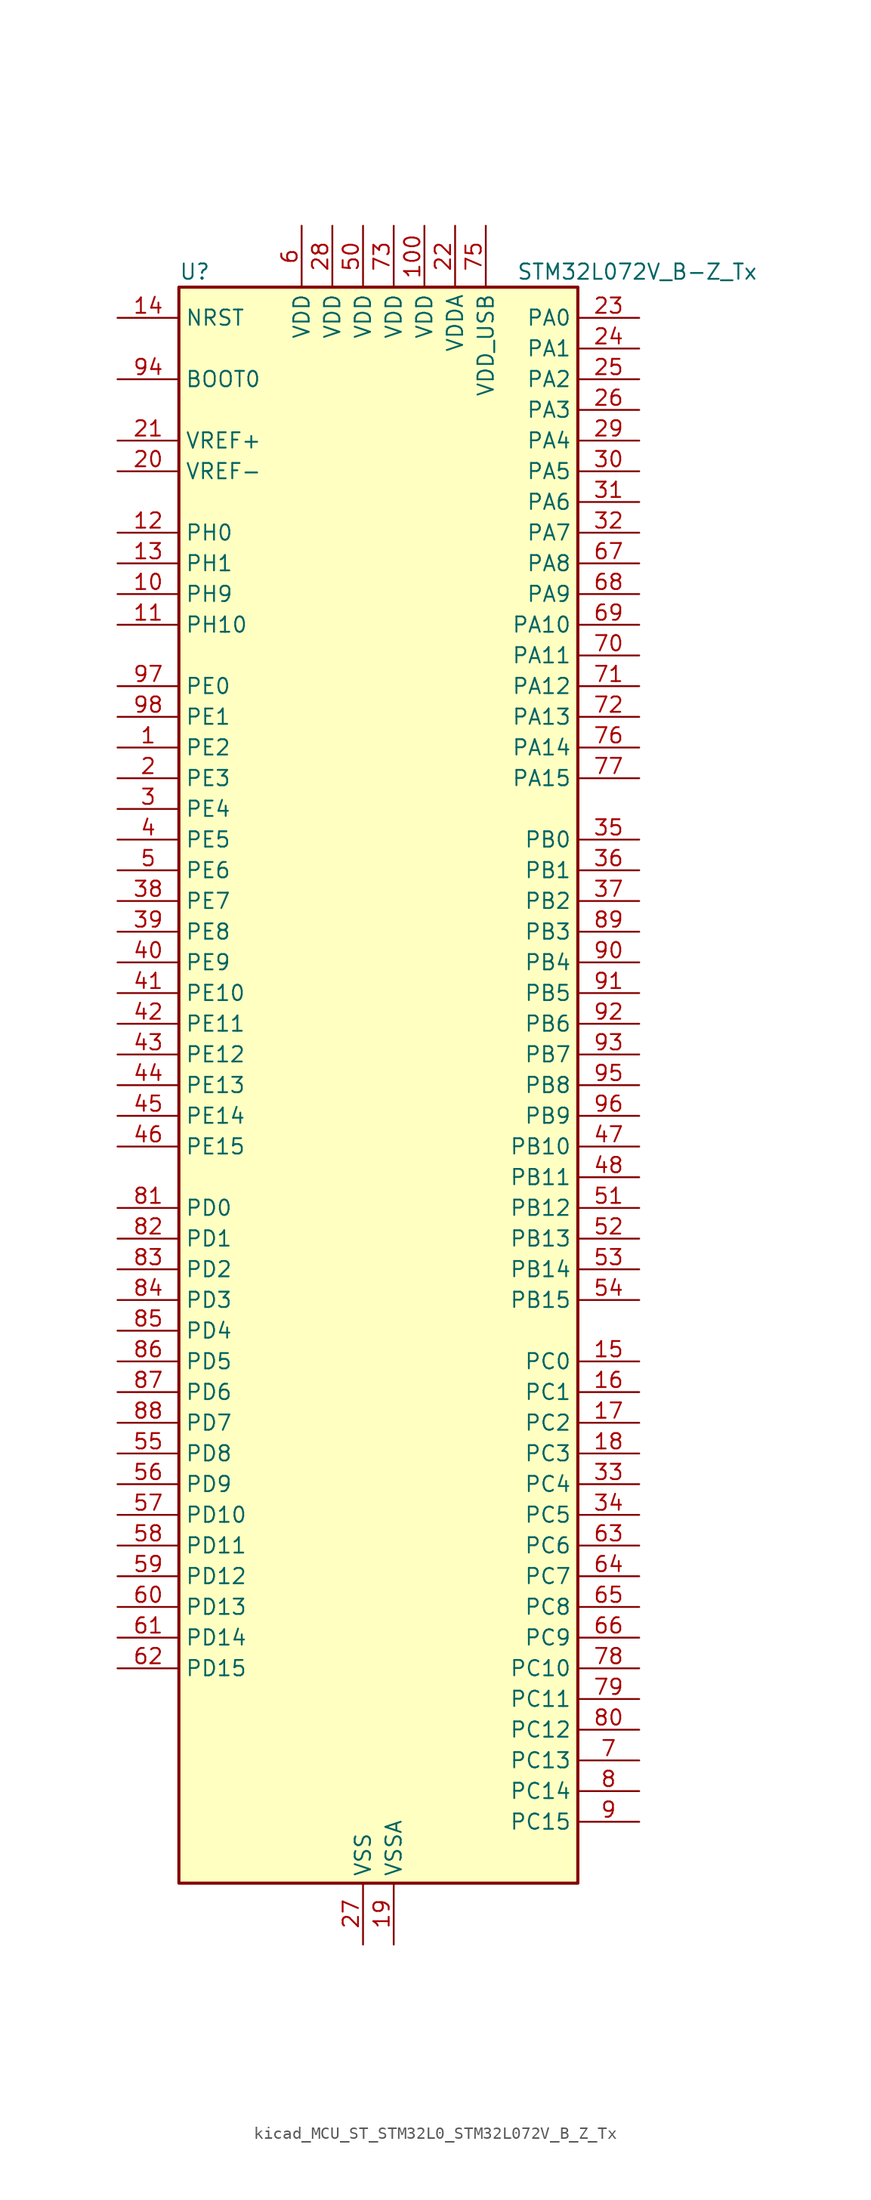
<source format=kicad_sym>
(kicad_symbol_lib
  (version 20220914)
  (generator kicad_symbol_editor)
  (symbol "kicad_MCU_ST_STM32L0_STM32L072V_B_Z_Tx"
    (property "Reference" "U"
      (at -15.24 67.31 0)
      (effects (font (size 1.27 1.27)) (justify left)))
    (property "Value" "STM32L072V_B-Z_Tx"
      (at 12.7 67.31 0)
      (effects (font (size 1.27 1.27)) (justify left)))
    (property "ki_locked" ""
      (at 0 0 0)
      (effects (font (size 1.27 1.27))))
    (symbol "kicad_MCU_ST_STM32L0_STM32L072V_B_Z_Tx_0_1"
      (rectangle (start -15.24 -66.04) (end 17.78 66.04) (stroke (width 0.254) (type default)) (fill (type background))))
    (symbol "kicad_MCU_ST_STM32L0_STM32L072V_B_Z_Tx_1_1"
      (pin bidirectional line (at -20.32 27.94 0) (length 5.08) (name "PE2" (effects (font (size 1.27 1.27)))) (number "1" (effects (font (size 1.27 1.27)))) (alternate "TIM3_ETR" bidirectional line))
      (pin bidirectional line (at -20.32 40.64 0) (length 5.08) (name "PH9" (effects (font (size 1.27 1.27)))) (number "10" (effects (font (size 1.27 1.27)))) (alternate "DAC_EXTI9" bidirectional line))
      (pin power_in line (at 5.08 71.12 270) (length 5.08) (name "VDD" (effects (font (size 1.27 1.27)))) (number "100" (effects (font (size 1.27 1.27)))))
      (pin bidirectional line (at -20.32 38.1 0) (length 5.08) (name "PH10" (effects (font (size 1.27 1.27)))) (number "11" (effects (font (size 1.27 1.27)))))
      (pin bidirectional line (at -20.32 45.72 0) (length 5.08) (name "PH0" (effects (font (size 1.27 1.27)))) (number "12" (effects (font (size 1.27 1.27)))) (alternate "CRS_SYNC" bidirectional line) (alternate "RCC_OSC_IN" bidirectional line))
      (pin bidirectional line (at -20.32 43.18 0) (length 5.08) (name "PH1" (effects (font (size 1.27 1.27)))) (number "13" (effects (font (size 1.27 1.27)))) (alternate "RCC_OSC_OUT" bidirectional line))
      (pin input line (at -20.32 63.5 0) (length 5.08) (name "NRST" (effects (font (size 1.27 1.27)))) (number "14" (effects (font (size 1.27 1.27)))))
      (pin bidirectional line (at 22.86 -22.86 180) (length 5.08) (name "PC0" (effects (font (size 1.27 1.27)))) (number "15" (effects (font (size 1.27 1.27)))) (alternate "ADC_IN10" bidirectional line) (alternate "I2C3_SCL" bidirectional line) (alternate "LPTIM1_IN1" bidirectional line) (alternate "LPUART1_RX" bidirectional line) (alternate "TSC_G7_IO1" bidirectional line))
      (pin bidirectional line (at 22.86 -25.4 180) (length 5.08) (name "PC1" (effects (font (size 1.27 1.27)))) (number "16" (effects (font (size 1.27 1.27)))) (alternate "ADC_IN11" bidirectional line) (alternate "I2C3_SDA" bidirectional line) (alternate "LPTIM1_OUT" bidirectional line) (alternate "LPUART1_TX" bidirectional line) (alternate "TSC_G7_IO2" bidirectional line))
      (pin bidirectional line (at 22.86 -27.94 180) (length 5.08) (name "PC2" (effects (font (size 1.27 1.27)))) (number "17" (effects (font (size 1.27 1.27)))) (alternate "ADC_IN12" bidirectional line) (alternate "I2S2_MCK" bidirectional line) (alternate "LPTIM1_IN2" bidirectional line) (alternate "SPI2_MISO" bidirectional line) (alternate "TSC_G7_IO3" bidirectional line))
      (pin bidirectional line (at 22.86 -30.48 180) (length 5.08) (name "PC3" (effects (font (size 1.27 1.27)))) (number "18" (effects (font (size 1.27 1.27)))) (alternate "ADC_IN13" bidirectional line) (alternate "I2S2_SD" bidirectional line) (alternate "LPTIM1_ETR" bidirectional line) (alternate "SPI2_MOSI" bidirectional line) (alternate "TSC_G7_IO4" bidirectional line))
      (pin power_in line (at 2.54 -71.12 90) (length 5.08) (name "VSSA" (effects (font (size 1.27 1.27)))) (number "19" (effects (font (size 1.27 1.27)))))
      (pin bidirectional line (at -20.32 25.4 0) (length 5.08) (name "PE3" (effects (font (size 1.27 1.27)))) (number "2" (effects (font (size 1.27 1.27)))) (alternate "TIM22_CH1" bidirectional line) (alternate "TIM3_CH1" bidirectional line))
      (pin input line (at -20.32 50.8 0) (length 5.08) (name "VREF-" (effects (font (size 1.27 1.27)))) (number "20" (effects (font (size 1.27 1.27)))))
      (pin input line (at -20.32 53.34 0) (length 5.08) (name "VREF+" (effects (font (size 1.27 1.27)))) (number "21" (effects (font (size 1.27 1.27)))))
      (pin power_in line (at 7.62 71.12 270) (length 5.08) (name "VDDA" (effects (font (size 1.27 1.27)))) (number "22" (effects (font (size 1.27 1.27)))))
      (pin bidirectional line (at 22.86 63.5 180) (length 5.08) (name "PA0" (effects (font (size 1.27 1.27)))) (number "23" (effects (font (size 1.27 1.27)))) (alternate "ADC_IN0" bidirectional line) (alternate "COMP1_INM" bidirectional line) (alternate "COMP1_OUT" bidirectional line) (alternate "RTC_TAMP2" bidirectional line) (alternate "SYS_WKUP1" bidirectional line) (alternate "TIM2_CH1" bidirectional line) (alternate "TIM2_ETR" bidirectional line) (alternate "TSC_G1_IO1" bidirectional line) (alternate "USART2_CTS" bidirectional line) (alternate "USART4_TX" bidirectional line))
      (pin bidirectional line (at 22.86 60.96 180) (length 5.08) (name "PA1" (effects (font (size 1.27 1.27)))) (number "24" (effects (font (size 1.27 1.27)))) (alternate "ADC_IN1" bidirectional line) (alternate "COMP1_INP" bidirectional line) (alternate "TIM21_ETR" bidirectional line) (alternate "TIM2_CH2" bidirectional line) (alternate "TSC_G1_IO2" bidirectional line) (alternate "USART2_DE" bidirectional line) (alternate "USART2_RTS" bidirectional line) (alternate "USART4_RX" bidirectional line))
      (pin bidirectional line (at 22.86 58.42 180) (length 5.08) (name "PA2" (effects (font (size 1.27 1.27)))) (number "25" (effects (font (size 1.27 1.27)))) (alternate "ADC_IN2" bidirectional line) (alternate "COMP2_INM" bidirectional line) (alternate "COMP2_OUT" bidirectional line) (alternate "LPUART1_TX" bidirectional line) (alternate "TIM21_CH1" bidirectional line) (alternate "TIM2_CH3" bidirectional line) (alternate "TSC_G1_IO3" bidirectional line) (alternate "USART2_TX" bidirectional line))
      (pin bidirectional line (at 22.86 55.88 180) (length 5.08) (name "PA3" (effects (font (size 1.27 1.27)))) (number "26" (effects (font (size 1.27 1.27)))) (alternate "ADC_IN3" bidirectional line) (alternate "COMP2_INP" bidirectional line) (alternate "LPUART1_RX" bidirectional line) (alternate "TIM21_CH2" bidirectional line) (alternate "TIM2_CH4" bidirectional line) (alternate "TSC_G1_IO4" bidirectional line) (alternate "USART2_RX" bidirectional line))
      (pin power_in line (at 0 -71.12 90) (length 5.08) (name "VSS" (effects (font (size 1.27 1.27)))) (number "27" (effects (font (size 1.27 1.27)))))
      (pin power_in line (at -2.54 71.12 270) (length 5.08) (name "VDD" (effects (font (size 1.27 1.27)))) (number "28" (effects (font (size 1.27 1.27)))))
      (pin bidirectional line (at 22.86 53.34 180) (length 5.08) (name "PA4" (effects (font (size 1.27 1.27)))) (number "29" (effects (font (size 1.27 1.27)))) (alternate "ADC_IN4" bidirectional line) (alternate "COMP1_INM" bidirectional line) (alternate "COMP2_INM" bidirectional line) (alternate "DAC_OUT1" bidirectional line) (alternate "SPI1_NSS" bidirectional line) (alternate "TIM22_ETR" bidirectional line) (alternate "TSC_G2_IO1" bidirectional line) (alternate "USART2_CK" bidirectional line))
      (pin bidirectional line (at -20.32 22.86 0) (length 5.08) (name "PE4" (effects (font (size 1.27 1.27)))) (number "3" (effects (font (size 1.27 1.27)))) (alternate "TIM22_CH2" bidirectional line) (alternate "TIM3_CH2" bidirectional line))
      (pin bidirectional line (at 22.86 50.8 180) (length 5.08) (name "PA5" (effects (font (size 1.27 1.27)))) (number "30" (effects (font (size 1.27 1.27)))) (alternate "ADC_IN5" bidirectional line) (alternate "COMP1_INM" bidirectional line) (alternate "COMP2_INM" bidirectional line) (alternate "DAC_OUT2" bidirectional line) (alternate "SPI1_SCK" bidirectional line) (alternate "TIM2_CH1" bidirectional line) (alternate "TIM2_ETR" bidirectional line) (alternate "TSC_G2_IO2" bidirectional line))
      (pin bidirectional line (at 22.86 48.26 180) (length 5.08) (name "PA6" (effects (font (size 1.27 1.27)))) (number "31" (effects (font (size 1.27 1.27)))) (alternate "ADC_IN6" bidirectional line) (alternate "COMP1_OUT" bidirectional line) (alternate "LPUART1_CTS" bidirectional line) (alternate "SPI1_MISO" bidirectional line) (alternate "TIM22_CH1" bidirectional line) (alternate "TIM3_CH1" bidirectional line) (alternate "TSC_G2_IO3" bidirectional line))
      (pin bidirectional line (at 22.86 45.72 180) (length 5.08) (name "PA7" (effects (font (size 1.27 1.27)))) (number "32" (effects (font (size 1.27 1.27)))) (alternate "ADC_IN7" bidirectional line) (alternate "COMP2_OUT" bidirectional line) (alternate "SPI1_MOSI" bidirectional line) (alternate "TIM22_CH2" bidirectional line) (alternate "TIM3_CH2" bidirectional line) (alternate "TSC_G2_IO4" bidirectional line))
      (pin bidirectional line (at 22.86 -33.02 180) (length 5.08) (name "PC4" (effects (font (size 1.27 1.27)))) (number "33" (effects (font (size 1.27 1.27)))) (alternate "ADC_IN14" bidirectional line) (alternate "LPUART1_TX" bidirectional line))
      (pin bidirectional line (at 22.86 -35.56 180) (length 5.08) (name "PC5" (effects (font (size 1.27 1.27)))) (number "34" (effects (font (size 1.27 1.27)))) (alternate "ADC_IN15" bidirectional line) (alternate "LPUART1_RX" bidirectional line) (alternate "TSC_G3_IO1" bidirectional line))
      (pin bidirectional line (at 22.86 20.32 180) (length 5.08) (name "PB0" (effects (font (size 1.27 1.27)))) (number "35" (effects (font (size 1.27 1.27)))) (alternate "ADC_IN8" bidirectional line) (alternate "SYS_VREF_OUT_PB0" bidirectional line) (alternate "TIM3_CH3" bidirectional line) (alternate "TSC_G3_IO2" bidirectional line))
      (pin bidirectional line (at 22.86 17.78 180) (length 5.08) (name "PB1" (effects (font (size 1.27 1.27)))) (number "36" (effects (font (size 1.27 1.27)))) (alternate "ADC_IN9" bidirectional line) (alternate "LPUART1_DE" bidirectional line) (alternate "LPUART1_RTS" bidirectional line) (alternate "SYS_VREF_OUT_PB1" bidirectional line) (alternate "TIM3_CH4" bidirectional line) (alternate "TSC_G3_IO3" bidirectional line))
      (pin bidirectional line (at 22.86 15.24 180) (length 5.08) (name "PB2" (effects (font (size 1.27 1.27)))) (number "37" (effects (font (size 1.27 1.27)))) (alternate "I2C3_SMBA" bidirectional line) (alternate "LPTIM1_OUT" bidirectional line) (alternate "TSC_G3_IO4" bidirectional line))
      (pin bidirectional line (at -20.32 15.24 0) (length 5.08) (name "PE7" (effects (font (size 1.27 1.27)))) (number "38" (effects (font (size 1.27 1.27)))) (alternate "USART5_CK" bidirectional line) (alternate "USART5_DE" bidirectional line) (alternate "USART5_RTS" bidirectional line))
      (pin bidirectional line (at -20.32 12.7 0) (length 5.08) (name "PE8" (effects (font (size 1.27 1.27)))) (number "39" (effects (font (size 1.27 1.27)))) (alternate "USART4_TX" bidirectional line))
      (pin bidirectional line (at -20.32 20.32 0) (length 5.08) (name "PE5" (effects (font (size 1.27 1.27)))) (number "4" (effects (font (size 1.27 1.27)))) (alternate "TIM21_CH1" bidirectional line) (alternate "TIM3_CH3" bidirectional line))
      (pin bidirectional line (at -20.32 10.16 0) (length 5.08) (name "PE9" (effects (font (size 1.27 1.27)))) (number "40" (effects (font (size 1.27 1.27)))) (alternate "DAC_EXTI9" bidirectional line) (alternate "TIM2_CH1" bidirectional line) (alternate "TIM2_ETR" bidirectional line) (alternate "USART4_RX" bidirectional line))
      (pin bidirectional line (at -20.32 7.62 0) (length 5.08) (name "PE10" (effects (font (size 1.27 1.27)))) (number "41" (effects (font (size 1.27 1.27)))) (alternate "TIM2_CH2" bidirectional line) (alternate "USART5_TX" bidirectional line))
      (pin bidirectional line (at -20.32 5.08 0) (length 5.08) (name "PE11" (effects (font (size 1.27 1.27)))) (number "42" (effects (font (size 1.27 1.27)))) (alternate "ADC_EXTI11" bidirectional line) (alternate "TIM2_CH3" bidirectional line) (alternate "USART5_RX" bidirectional line))
      (pin bidirectional line (at -20.32 2.54 0) (length 5.08) (name "PE12" (effects (font (size 1.27 1.27)))) (number "43" (effects (font (size 1.27 1.27)))) (alternate "SPI1_NSS" bidirectional line) (alternate "TIM2_CH4" bidirectional line))
      (pin bidirectional line (at -20.32 0 0) (length 5.08) (name "PE13" (effects (font (size 1.27 1.27)))) (number "44" (effects (font (size 1.27 1.27)))) (alternate "SPI1_SCK" bidirectional line))
      (pin bidirectional line (at -20.32 -2.54 0) (length 5.08) (name "PE14" (effects (font (size 1.27 1.27)))) (number "45" (effects (font (size 1.27 1.27)))) (alternate "SPI1_MISO" bidirectional line))
      (pin bidirectional line (at -20.32 -5.08 0) (length 5.08) (name "PE15" (effects (font (size 1.27 1.27)))) (number "46" (effects (font (size 1.27 1.27)))) (alternate "SPI1_MOSI" bidirectional line))
      (pin bidirectional line (at 22.86 -5.08 180) (length 5.08) (name "PB10" (effects (font (size 1.27 1.27)))) (number "47" (effects (font (size 1.27 1.27)))) (alternate "I2C2_SCL" bidirectional line) (alternate "LPUART1_RX" bidirectional line) (alternate "LPUART1_TX" bidirectional line) (alternate "SPI2_SCK" bidirectional line) (alternate "TIM2_CH3" bidirectional line) (alternate "TSC_SYNC" bidirectional line))
      (pin bidirectional line (at 22.86 -7.62 180) (length 5.08) (name "PB11" (effects (font (size 1.27 1.27)))) (number "48" (effects (font (size 1.27 1.27)))) (alternate "ADC_EXTI11" bidirectional line) (alternate "I2C2_SDA" bidirectional line) (alternate "LPUART1_RX" bidirectional line) (alternate "LPUART1_TX" bidirectional line) (alternate "TIM2_CH4" bidirectional line) (alternate "TSC_G6_IO1" bidirectional line))
      (pin passive line (at 0 -71.12 90) (length 5.08) hide (name "VSS" (effects (font (size 1.27 1.27)))) (number "49" (effects (font (size 1.27 1.27)))))
      (pin bidirectional line (at -20.32 17.78 0) (length 5.08) (name "PE6" (effects (font (size 1.27 1.27)))) (number "5" (effects (font (size 1.27 1.27)))) (alternate "RTC_TAMP3" bidirectional line) (alternate "SYS_WKUP3" bidirectional line) (alternate "TIM21_CH2" bidirectional line) (alternate "TIM3_CH4" bidirectional line))
      (pin power_in line (at 0 71.12 270) (length 5.08) (name "VDD" (effects (font (size 1.27 1.27)))) (number "50" (effects (font (size 1.27 1.27)))))
      (pin bidirectional line (at 22.86 -10.16 180) (length 5.08) (name "PB12" (effects (font (size 1.27 1.27)))) (number "51" (effects (font (size 1.27 1.27)))) (alternate "I2S2_WS" bidirectional line) (alternate "LPUART1_DE" bidirectional line) (alternate "LPUART1_RTS" bidirectional line) (alternate "SPI2_NSS" bidirectional line) (alternate "TSC_G6_IO2" bidirectional line))
      (pin bidirectional line (at 22.86 -12.7 180) (length 5.08) (name "PB13" (effects (font (size 1.27 1.27)))) (number "52" (effects (font (size 1.27 1.27)))) (alternate "I2C2_SCL" bidirectional line) (alternate "I2S2_CK" bidirectional line) (alternate "LPUART1_CTS" bidirectional line) (alternate "RCC_MCO" bidirectional line) (alternate "SPI2_SCK" bidirectional line) (alternate "TIM21_CH1" bidirectional line) (alternate "TSC_G6_IO3" bidirectional line))
      (pin bidirectional line (at 22.86 -15.24 180) (length 5.08) (name "PB14" (effects (font (size 1.27 1.27)))) (number "53" (effects (font (size 1.27 1.27)))) (alternate "I2C2_SDA" bidirectional line) (alternate "I2S2_MCK" bidirectional line) (alternate "LPUART1_DE" bidirectional line) (alternate "LPUART1_RTS" bidirectional line) (alternate "RTC_OUT_ALARM" bidirectional line) (alternate "RTC_OUT_CALIB" bidirectional line) (alternate "SPI2_MISO" bidirectional line) (alternate "TIM21_CH2" bidirectional line) (alternate "TSC_G6_IO4" bidirectional line))
      (pin bidirectional line (at 22.86 -17.78 180) (length 5.08) (name "PB15" (effects (font (size 1.27 1.27)))) (number "54" (effects (font (size 1.27 1.27)))) (alternate "I2S2_SD" bidirectional line) (alternate "RTC_REFIN" bidirectional line) (alternate "SPI2_MOSI" bidirectional line))
      (pin bidirectional line (at -20.32 -30.48 0) (length 5.08) (name "PD8" (effects (font (size 1.27 1.27)))) (number "55" (effects (font (size 1.27 1.27)))) (alternate "LPUART1_TX" bidirectional line))
      (pin bidirectional line (at -20.32 -33.02 0) (length 5.08) (name "PD9" (effects (font (size 1.27 1.27)))) (number "56" (effects (font (size 1.27 1.27)))) (alternate "DAC_EXTI9" bidirectional line) (alternate "LPUART1_RX" bidirectional line))
      (pin bidirectional line (at -20.32 -35.56 0) (length 5.08) (name "PD10" (effects (font (size 1.27 1.27)))) (number "57" (effects (font (size 1.27 1.27)))))
      (pin bidirectional line (at -20.32 -38.1 0) (length 5.08) (name "PD11" (effects (font (size 1.27 1.27)))) (number "58" (effects (font (size 1.27 1.27)))) (alternate "ADC_EXTI11" bidirectional line) (alternate "LPUART1_CTS" bidirectional line))
      (pin bidirectional line (at -20.32 -40.64 0) (length 5.08) (name "PD12" (effects (font (size 1.27 1.27)))) (number "59" (effects (font (size 1.27 1.27)))) (alternate "LPUART1_DE" bidirectional line) (alternate "LPUART1_RTS" bidirectional line))
      (pin power_in line (at -5.08 71.12 270) (length 5.08) (name "VDD" (effects (font (size 1.27 1.27)))) (number "6" (effects (font (size 1.27 1.27)))))
      (pin bidirectional line (at -20.32 -43.18 0) (length 5.08) (name "PD13" (effects (font (size 1.27 1.27)))) (number "60" (effects (font (size 1.27 1.27)))))
      (pin bidirectional line (at -20.32 -45.72 0) (length 5.08) (name "PD14" (effects (font (size 1.27 1.27)))) (number "61" (effects (font (size 1.27 1.27)))))
      (pin bidirectional line (at -20.32 -48.26 0) (length 5.08) (name "PD15" (effects (font (size 1.27 1.27)))) (number "62" (effects (font (size 1.27 1.27)))) (alternate "CRS_SYNC" bidirectional line))
      (pin bidirectional line (at 22.86 -38.1 180) (length 5.08) (name "PC6" (effects (font (size 1.27 1.27)))) (number "63" (effects (font (size 1.27 1.27)))) (alternate "TIM22_CH1" bidirectional line) (alternate "TIM3_CH1" bidirectional line) (alternate "TSC_G8_IO1" bidirectional line))
      (pin bidirectional line (at 22.86 -40.64 180) (length 5.08) (name "PC7" (effects (font (size 1.27 1.27)))) (number "64" (effects (font (size 1.27 1.27)))) (alternate "TIM22_CH2" bidirectional line) (alternate "TIM3_CH2" bidirectional line) (alternate "TSC_G8_IO2" bidirectional line))
      (pin bidirectional line (at 22.86 -43.18 180) (length 5.08) (name "PC8" (effects (font (size 1.27 1.27)))) (number "65" (effects (font (size 1.27 1.27)))) (alternate "TIM22_ETR" bidirectional line) (alternate "TIM3_CH3" bidirectional line) (alternate "TSC_G8_IO3" bidirectional line))
      (pin bidirectional line (at 22.86 -45.72 180) (length 5.08) (name "PC9" (effects (font (size 1.27 1.27)))) (number "66" (effects (font (size 1.27 1.27)))) (alternate "DAC_EXTI9" bidirectional line) (alternate "I2C3_SDA" bidirectional line) (alternate "TIM21_ETR" bidirectional line) (alternate "TIM3_CH4" bidirectional line) (alternate "TSC_G8_IO4" bidirectional line) (alternate "USB_NOE" bidirectional line))
      (pin bidirectional line (at 22.86 43.18 180) (length 5.08) (name "PA8" (effects (font (size 1.27 1.27)))) (number "67" (effects (font (size 1.27 1.27)))) (alternate "CRS_SYNC" bidirectional line) (alternate "I2C3_SCL" bidirectional line) (alternate "RCC_MCO" bidirectional line) (alternate "USART1_CK" bidirectional line))
      (pin bidirectional line (at 22.86 40.64 180) (length 5.08) (name "PA9" (effects (font (size 1.27 1.27)))) (number "68" (effects (font (size 1.27 1.27)))) (alternate "DAC_EXTI9" bidirectional line) (alternate "I2C1_SCL" bidirectional line) (alternate "I2C3_SMBA" bidirectional line) (alternate "RCC_MCO" bidirectional line) (alternate "TSC_G4_IO1" bidirectional line) (alternate "USART1_TX" bidirectional line))
      (pin bidirectional line (at 22.86 38.1 180) (length 5.08) (name "PA10" (effects (font (size 1.27 1.27)))) (number "69" (effects (font (size 1.27 1.27)))) (alternate "I2C1_SDA" bidirectional line) (alternate "TSC_G4_IO2" bidirectional line) (alternate "USART1_RX" bidirectional line))
      (pin bidirectional line (at 22.86 -55.88 180) (length 5.08) (name "PC13" (effects (font (size 1.27 1.27)))) (number "7" (effects (font (size 1.27 1.27)))) (alternate "RTC_OUT_ALARM" bidirectional line) (alternate "RTC_OUT_CALIB" bidirectional line) (alternate "RTC_TAMP1" bidirectional line) (alternate "RTC_TS" bidirectional line) (alternate "SYS_WKUP2" bidirectional line))
      (pin bidirectional line (at 22.86 35.56 180) (length 5.08) (name "PA11" (effects (font (size 1.27 1.27)))) (number "70" (effects (font (size 1.27 1.27)))) (alternate "ADC_EXTI11" bidirectional line) (alternate "COMP1_OUT" bidirectional line) (alternate "SPI1_MISO" bidirectional line) (alternate "TSC_G4_IO3" bidirectional line) (alternate "USART1_CTS" bidirectional line) (alternate "USB_DM" bidirectional line))
      (pin bidirectional line (at 22.86 33.02 180) (length 5.08) (name "PA12" (effects (font (size 1.27 1.27)))) (number "71" (effects (font (size 1.27 1.27)))) (alternate "COMP2_OUT" bidirectional line) (alternate "SPI1_MOSI" bidirectional line) (alternate "TSC_G4_IO4" bidirectional line) (alternate "USART1_DE" bidirectional line) (alternate "USART1_RTS" bidirectional line) (alternate "USB_DP" bidirectional line))
      (pin bidirectional line (at 22.86 30.48 180) (length 5.08) (name "PA13" (effects (font (size 1.27 1.27)))) (number "72" (effects (font (size 1.27 1.27)))) (alternate "LPUART1_RX" bidirectional line) (alternate "SYS_SWDIO" bidirectional line) (alternate "USB_NOE" bidirectional line))
      (pin power_in line (at 2.54 71.12 270) (length 5.08) (name "VDD" (effects (font (size 1.27 1.27)))) (number "73" (effects (font (size 1.27 1.27)))))
      (pin passive line (at 0 -71.12 90) (length 5.08) hide (name "VSS" (effects (font (size 1.27 1.27)))) (number "74" (effects (font (size 1.27 1.27)))))
      (pin power_in line (at 10.16 71.12 270) (length 5.08) (name "VDD_USB" (effects (font (size 1.27 1.27)))) (number "75" (effects (font (size 1.27 1.27)))))
      (pin bidirectional line (at 22.86 27.94 180) (length 5.08) (name "PA14" (effects (font (size 1.27 1.27)))) (number "76" (effects (font (size 1.27 1.27)))) (alternate "LPUART1_TX" bidirectional line) (alternate "SYS_SWCLK" bidirectional line) (alternate "USART2_TX" bidirectional line))
      (pin bidirectional line (at 22.86 25.4 180) (length 5.08) (name "PA15" (effects (font (size 1.27 1.27)))) (number "77" (effects (font (size 1.27 1.27)))) (alternate "SPI1_NSS" bidirectional line) (alternate "TIM2_CH1" bidirectional line) (alternate "TIM2_ETR" bidirectional line) (alternate "USART2_RX" bidirectional line) (alternate "USART4_DE" bidirectional line) (alternate "USART4_RTS" bidirectional line))
      (pin bidirectional line (at 22.86 -48.26 180) (length 5.08) (name "PC10" (effects (font (size 1.27 1.27)))) (number "78" (effects (font (size 1.27 1.27)))) (alternate "LPUART1_TX" bidirectional line) (alternate "USART4_TX" bidirectional line))
      (pin bidirectional line (at 22.86 -50.8 180) (length 5.08) (name "PC11" (effects (font (size 1.27 1.27)))) (number "79" (effects (font (size 1.27 1.27)))) (alternate "ADC_EXTI11" bidirectional line) (alternate "LPUART1_RX" bidirectional line) (alternate "USART4_RX" bidirectional line))
      (pin bidirectional line (at 22.86 -58.42 180) (length 5.08) (name "PC14" (effects (font (size 1.27 1.27)))) (number "8" (effects (font (size 1.27 1.27)))) (alternate "RCC_OSC32_IN" bidirectional line))
      (pin bidirectional line (at 22.86 -53.34 180) (length 5.08) (name "PC12" (effects (font (size 1.27 1.27)))) (number "80" (effects (font (size 1.27 1.27)))) (alternate "USART4_CK" bidirectional line) (alternate "USART5_TX" bidirectional line))
      (pin bidirectional line (at -20.32 -10.16 0) (length 5.08) (name "PD0" (effects (font (size 1.27 1.27)))) (number "81" (effects (font (size 1.27 1.27)))) (alternate "I2S2_WS" bidirectional line) (alternate "SPI2_NSS" bidirectional line) (alternate "TIM21_CH1" bidirectional line))
      (pin bidirectional line (at -20.32 -12.7 0) (length 5.08) (name "PD1" (effects (font (size 1.27 1.27)))) (number "82" (effects (font (size 1.27 1.27)))) (alternate "I2S2_CK" bidirectional line) (alternate "SPI2_SCK" bidirectional line))
      (pin bidirectional line (at -20.32 -15.24 0) (length 5.08) (name "PD2" (effects (font (size 1.27 1.27)))) (number "83" (effects (font (size 1.27 1.27)))) (alternate "LPUART1_DE" bidirectional line) (alternate "LPUART1_RTS" bidirectional line) (alternate "TIM3_ETR" bidirectional line) (alternate "USART5_RX" bidirectional line))
      (pin bidirectional line (at -20.32 -17.78 0) (length 5.08) (name "PD3" (effects (font (size 1.27 1.27)))) (number "84" (effects (font (size 1.27 1.27)))) (alternate "I2S2_MCK" bidirectional line) (alternate "SPI2_MISO" bidirectional line) (alternate "USART2_CTS" bidirectional line))
      (pin bidirectional line (at -20.32 -20.32 0) (length 5.08) (name "PD4" (effects (font (size 1.27 1.27)))) (number "85" (effects (font (size 1.27 1.27)))) (alternate "I2S2_SD" bidirectional line) (alternate "SPI2_MOSI" bidirectional line) (alternate "USART2_DE" bidirectional line) (alternate "USART2_RTS" bidirectional line))
      (pin bidirectional line (at -20.32 -22.86 0) (length 5.08) (name "PD5" (effects (font (size 1.27 1.27)))) (number "86" (effects (font (size 1.27 1.27)))) (alternate "USART2_TX" bidirectional line))
      (pin bidirectional line (at -20.32 -25.4 0) (length 5.08) (name "PD6" (effects (font (size 1.27 1.27)))) (number "87" (effects (font (size 1.27 1.27)))) (alternate "USART2_RX" bidirectional line))
      (pin bidirectional line (at -20.32 -27.94 0) (length 5.08) (name "PD7" (effects (font (size 1.27 1.27)))) (number "88" (effects (font (size 1.27 1.27)))) (alternate "TIM21_CH2" bidirectional line) (alternate "USART2_CK" bidirectional line))
      (pin bidirectional line (at 22.86 12.7 180) (length 5.08) (name "PB3" (effects (font (size 1.27 1.27)))) (number "89" (effects (font (size 1.27 1.27)))) (alternate "COMP2_INM" bidirectional line) (alternate "SPI1_SCK" bidirectional line) (alternate "TIM2_CH2" bidirectional line) (alternate "TSC_G5_IO1" bidirectional line) (alternate "USART1_DE" bidirectional line) (alternate "USART1_RTS" bidirectional line) (alternate "USART5_TX" bidirectional line))
      (pin bidirectional line (at 22.86 -60.96 180) (length 5.08) (name "PC15" (effects (font (size 1.27 1.27)))) (number "9" (effects (font (size 1.27 1.27)))) (alternate "RCC_OSC32_OUT" bidirectional line))
      (pin bidirectional line (at 22.86 10.16 180) (length 5.08) (name "PB4" (effects (font (size 1.27 1.27)))) (number "90" (effects (font (size 1.27 1.27)))) (alternate "COMP2_INP" bidirectional line) (alternate "I2C3_SDA" bidirectional line) (alternate "SPI1_MISO" bidirectional line) (alternate "TIM22_CH1" bidirectional line) (alternate "TIM3_CH1" bidirectional line) (alternate "TSC_G5_IO2" bidirectional line) (alternate "USART1_CTS" bidirectional line) (alternate "USART5_RX" bidirectional line))
      (pin bidirectional line (at 22.86 7.62 180) (length 5.08) (name "PB5" (effects (font (size 1.27 1.27)))) (number "91" (effects (font (size 1.27 1.27)))) (alternate "COMP2_INP" bidirectional line) (alternate "I2C1_SMBA" bidirectional line) (alternate "LPTIM1_IN1" bidirectional line) (alternate "SPI1_MOSI" bidirectional line) (alternate "TIM22_CH2" bidirectional line) (alternate "TIM3_CH2" bidirectional line) (alternate "USART1_CK" bidirectional line) (alternate "USART5_CK" bidirectional line) (alternate "USART5_DE" bidirectional line) (alternate "USART5_RTS" bidirectional line))
      (pin bidirectional line (at 22.86 5.08 180) (length 5.08) (name "PB6" (effects (font (size 1.27 1.27)))) (number "92" (effects (font (size 1.27 1.27)))) (alternate "COMP2_INP" bidirectional line) (alternate "I2C1_SCL" bidirectional line) (alternate "LPTIM1_ETR" bidirectional line) (alternate "TSC_G5_IO3" bidirectional line) (alternate "USART1_TX" bidirectional line))
      (pin bidirectional line (at 22.86 2.54 180) (length 5.08) (name "PB7" (effects (font (size 1.27 1.27)))) (number "93" (effects (font (size 1.27 1.27)))) (alternate "COMP2_INP" bidirectional line) (alternate "I2C1_SDA" bidirectional line) (alternate "LPTIM1_IN2" bidirectional line) (alternate "SYS_PVD_IN" bidirectional line) (alternate "TSC_G5_IO4" bidirectional line) (alternate "USART1_RX" bidirectional line) (alternate "USART4_CTS" bidirectional line))
      (pin input line (at -20.32 58.42 0) (length 5.08) (name "BOOT0" (effects (font (size 1.27 1.27)))) (number "94" (effects (font (size 1.27 1.27)))))
      (pin bidirectional line (at 22.86 0 180) (length 5.08) (name "PB8" (effects (font (size 1.27 1.27)))) (number "95" (effects (font (size 1.27 1.27)))) (alternate "I2C1_SCL" bidirectional line) (alternate "TSC_SYNC" bidirectional line))
      (pin bidirectional line (at 22.86 -2.54 180) (length 5.08) (name "PB9" (effects (font (size 1.27 1.27)))) (number "96" (effects (font (size 1.27 1.27)))) (alternate "DAC_EXTI9" bidirectional line) (alternate "I2C1_SDA" bidirectional line) (alternate "I2S2_WS" bidirectional line) (alternate "SPI2_NSS" bidirectional line))
      (pin bidirectional line (at -20.32 33.02 0) (length 5.08) (name "PE0" (effects (font (size 1.27 1.27)))) (number "97" (effects (font (size 1.27 1.27)))))
      (pin bidirectional line (at -20.32 30.48 0) (length 5.08) (name "PE1" (effects (font (size 1.27 1.27)))) (number "98" (effects (font (size 1.27 1.27)))))
      (pin passive line (at 0 -71.12 90) (length 5.08) hide (name "VSS" (effects (font (size 1.27 1.27)))) (number "99" (effects (font (size 1.27 1.27))))))))
</source>
